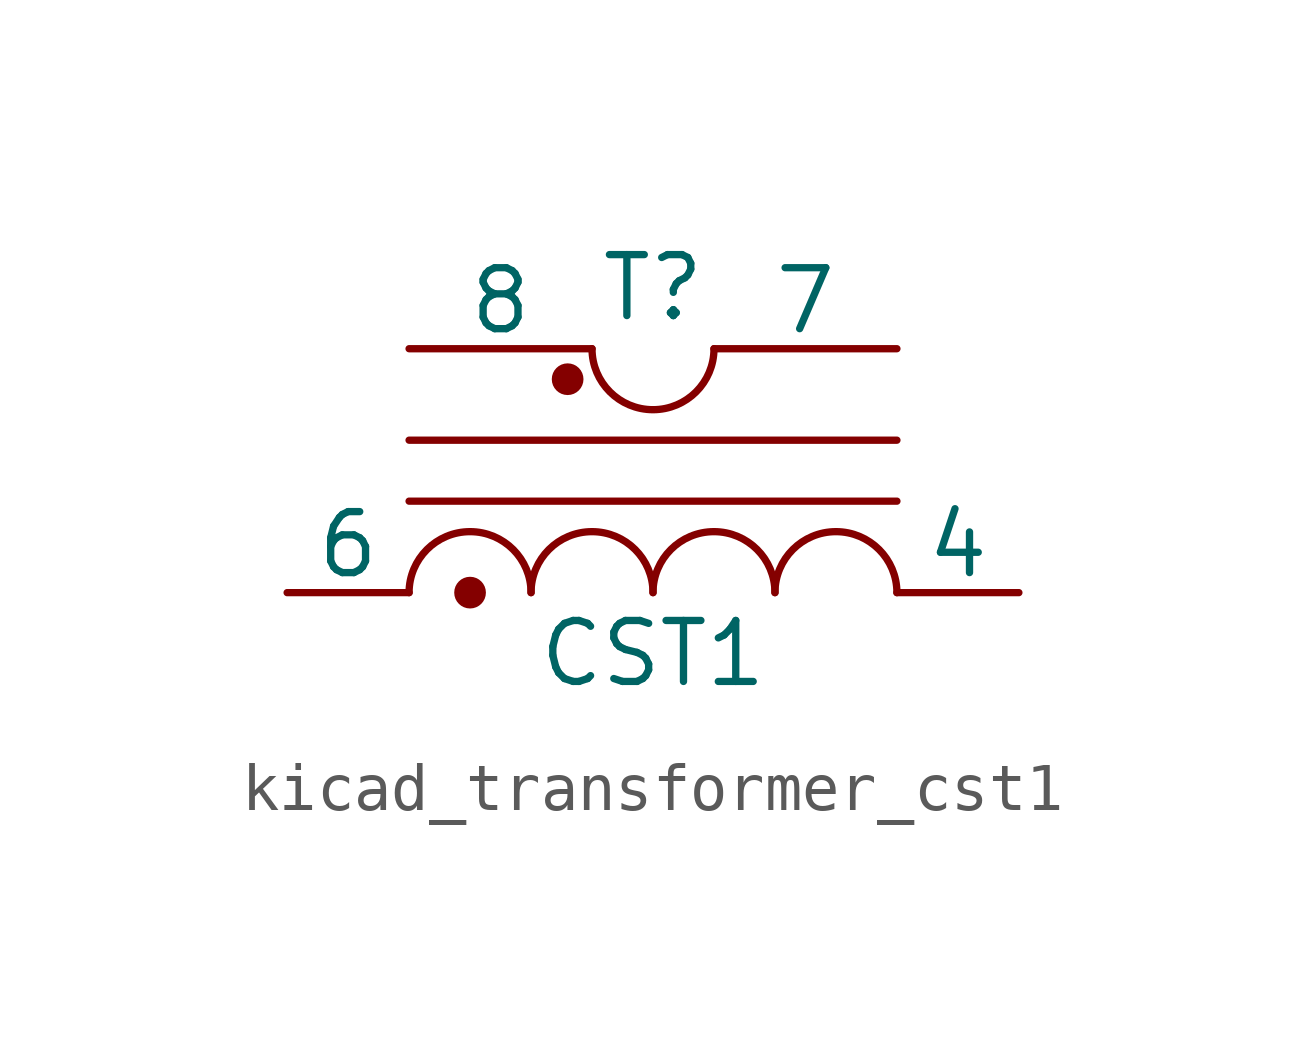
<source format=kicad_sym>
(kicad_symbol_lib
  (version 20220914)
  (generator kicad_symbol_editor)
  (symbol "kicad_transformer_cst1"
    (pin_numbers hide)
    (pin_names
      (offset 0))
    (property "Reference" "T"
      (at 0 6.35 0)
      (effects (font (size 1.27 1.27))))
    (property "Value" "CST1"
      (at 0 -1.27 0)
      (effects (font (size 1.27 1.27))))
    (property "ki_locked" ""
      (at 0 0 0)
      (effects (font (size 1.27 1.27))))
    (symbol "kicad_transformer_cst1_0_1"
      (circle (center -3.81 0) (radius 0.254) (stroke (width 0) (type default)) (fill (type outline)))
      (arc (start -2.54 0) (mid -3.81 1.2645) (end -5.08 0) (stroke (width 0) (type default)) (fill (type none)))
      (circle (center -1.778 4.445) (radius 0.254) (stroke (width 0) (type default)) (fill (type outline)))
      (arc (start -1.27 5.08) (mid 0 3.8155) (end 1.27 5.08) (stroke (width 0) (type default)) (fill (type none)))
      (arc (start 0 0) (mid -1.27 1.2645) (end -2.54 0) (stroke (width 0) (type default)) (fill (type none)))
      (polyline (pts (xy -5.08 1.905) (xy 5.08 1.905)) (stroke (width 0) (type default)) (fill (type none)))
      (polyline (pts (xy -5.08 3.175) (xy 5.08 3.175)) (stroke (width 0) (type default)) (fill (type none)))
      (arc (start 2.54 0) (mid 1.27 1.2645) (end 0 0) (stroke (width 0) (type default)) (fill (type none)))
      (arc (start 5.08 0) (mid 3.81 1.2645) (end 2.54 0) (stroke (width 0) (type default)) (fill (type none)))
      (pin passive line (at 7.62 0 180) (length 2.54) (name "4" (effects (font (size 1.27 1.27)))) (number "4" (effects (font (size 1.27 1.27)))))
      (pin passive line (at -7.62 0 0) (length 2.54) (name "6" (effects (font (size 1.27 1.27)))) (number "6" (effects (font (size 1.27 1.27)))))
      (pin passive line (at 5.08 5.08 180) (length 3.81) (name "7" (effects (font (size 1.27 1.27)))) (number "7" (effects (font (size 1.27 1.27)))))
      (pin passive line (at -5.08 5.08 0) (length 3.81) (name "8" (effects (font (size 1.27 1.27)))) (number "8" (effects (font (size 1.27 1.27))))))
    (symbol "kicad_transformer_cst1_1_1"
      (pin no_connect line (at 2.54 0 180) (length 2.54) hide (name "1" (effects (font (size 1.27 1.27)))) (number "1" (effects (font (size 1.27 1.27)))))
      (pin no_connect line (at -2.54 0 0) (length 2.54) hide (name "2" (effects (font (size 1.27 1.27)))) (number "2" (effects (font (size 1.27 1.27)))))
      (pin no_connect line (at 2.54 5.08 180) (length 2.54) hide (name "3" (effects (font (size 1.27 1.27)))) (number "3" (effects (font (size 1.27 1.27)))))
      (pin no_connect line (at -2.54 5.08 0) (length 2.54) hide (name "5" (effects (font (size 1.27 1.27)))) (number "5" (effects (font (size 1.27 1.27))))))))
</source>
